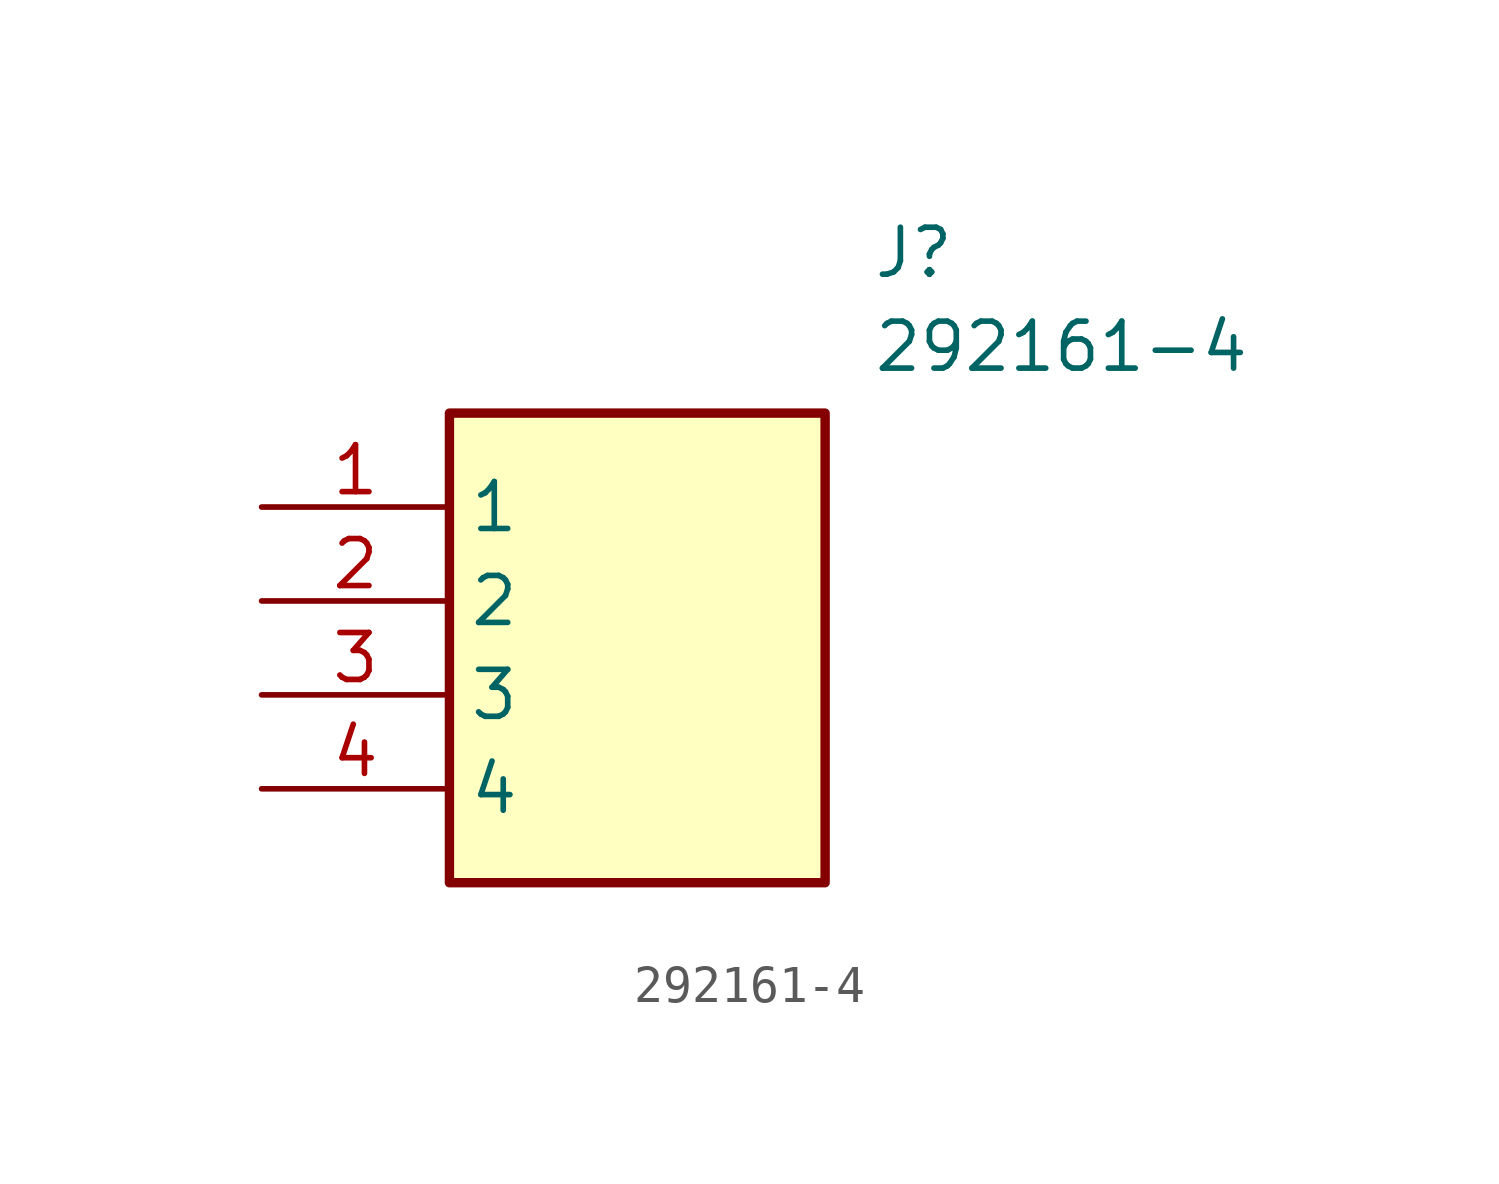
<source format=kicad_sym>
(kicad_symbol_lib
  (version 20211014)
  (generator SamacSys_ECAD_Model)
  (symbol "292161-4"
    (property "Reference" "J"
      (at 16.51 7.62 0)
      (effects (font (size 1.27 1.27)) (justify left top)))
    (property "Value" "292161-4"
      (at 16.51 5.08 0)
      (effects (font (size 1.27 1.27)) (justify left top)))
    (rectangle
      (start 5.08 2.54)
      (end 15.24 -10.16)
      (stroke (width 0.254) (type default))
      (fill (type background)))
    (pin passive line
      (at 0 0 0)
      (length 5.08)
      (name "1" (effects (font (size 1.27 1.27))))
      (number "1" (effects (font (size 1.27 1.27)))))
    (pin passive line
      (at 0 -2.54 0)
      (length 5.08)
      (name "2" (effects (font (size 1.27 1.27))))
      (number "2" (effects (font (size 1.27 1.27)))))
    (pin passive line
      (at 0 -5.08 0)
      (length 5.08)
      (name "3" (effects (font (size 1.27 1.27))))
      (number "3" (effects (font (size 1.27 1.27)))))
    (pin passive line
      (at 0 -7.62 0)
      (length 5.08)
      (name "4" (effects (font (size 1.27 1.27))))
      (number "4" (effects (font (size 1.27 1.27)))))))
</source>
